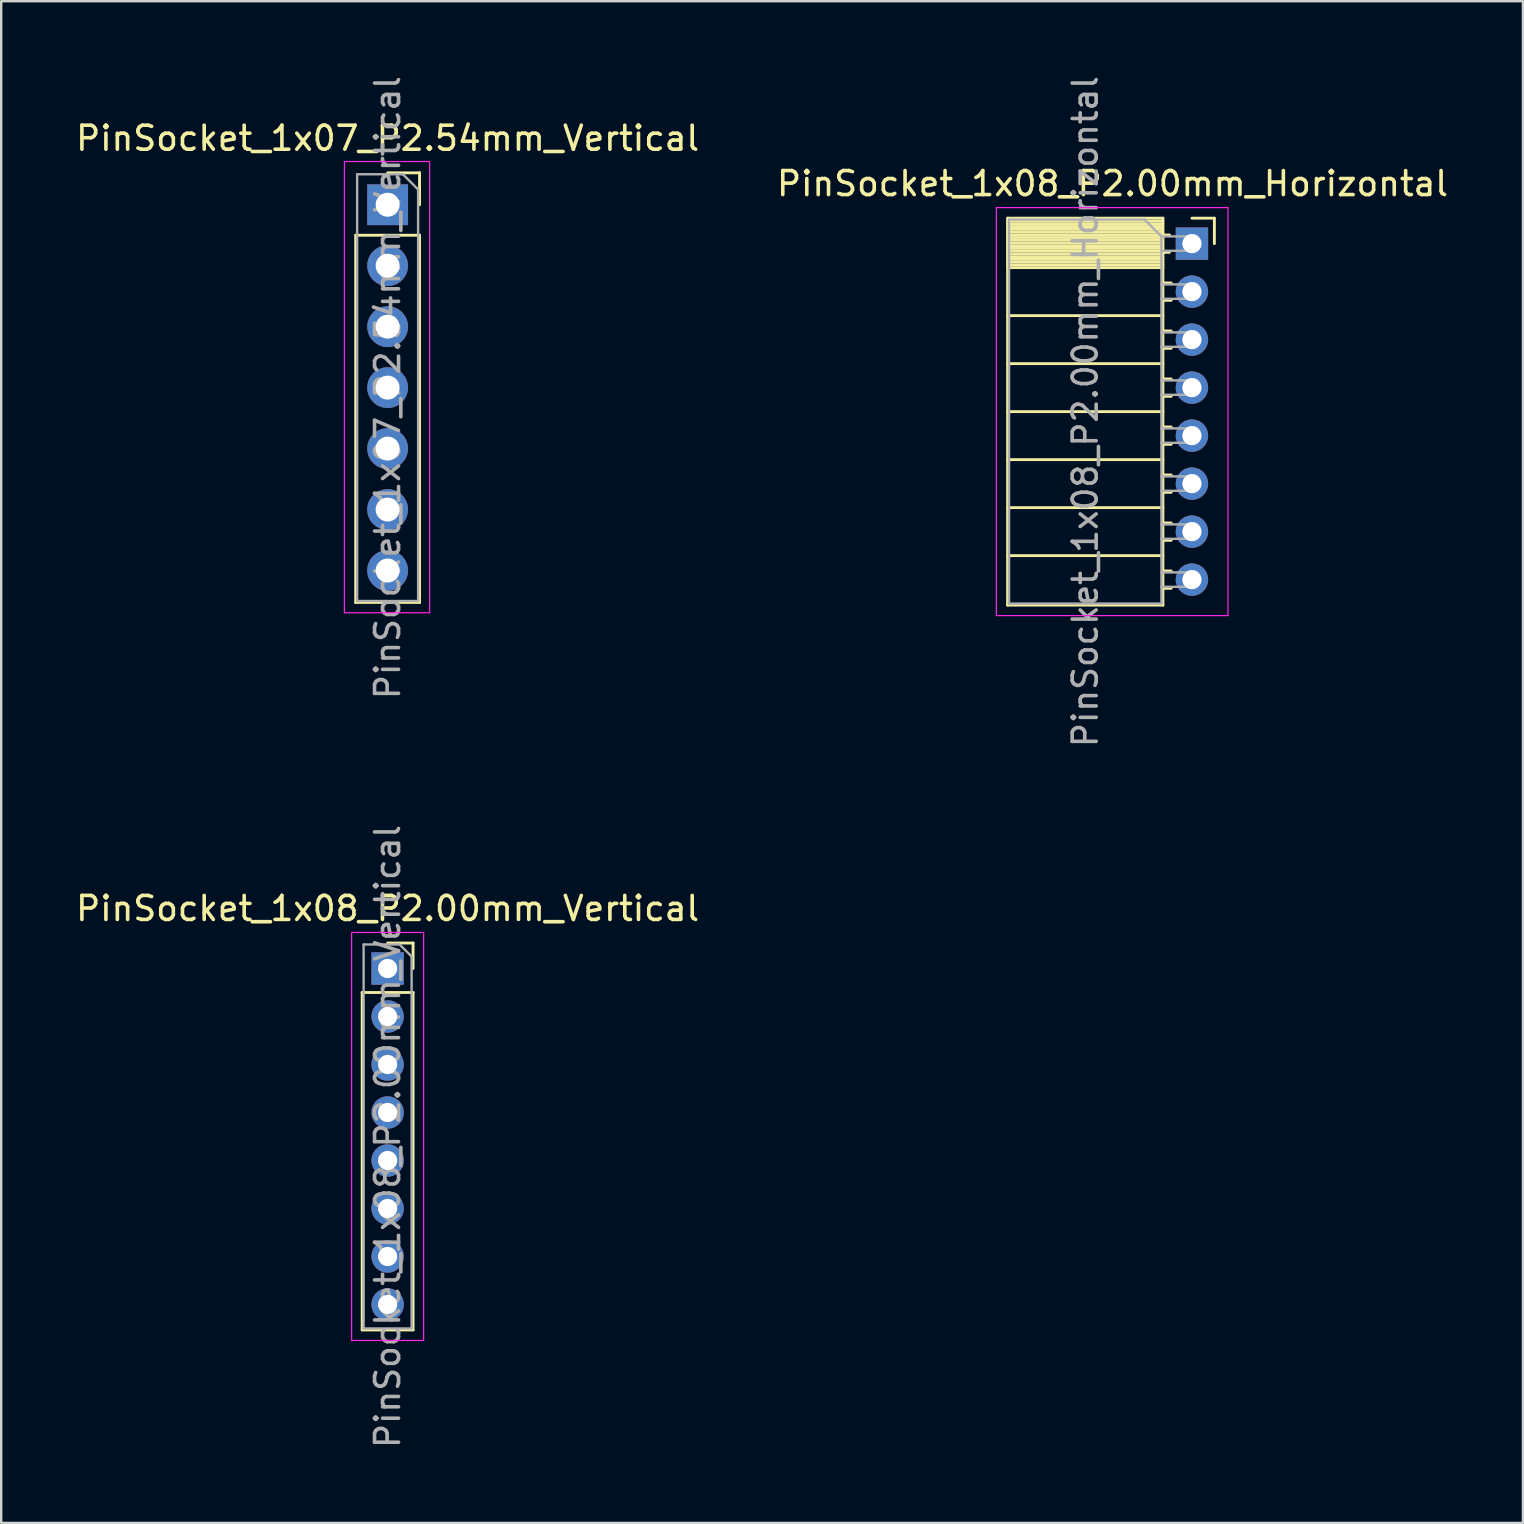
<source format=kicad_pcb>
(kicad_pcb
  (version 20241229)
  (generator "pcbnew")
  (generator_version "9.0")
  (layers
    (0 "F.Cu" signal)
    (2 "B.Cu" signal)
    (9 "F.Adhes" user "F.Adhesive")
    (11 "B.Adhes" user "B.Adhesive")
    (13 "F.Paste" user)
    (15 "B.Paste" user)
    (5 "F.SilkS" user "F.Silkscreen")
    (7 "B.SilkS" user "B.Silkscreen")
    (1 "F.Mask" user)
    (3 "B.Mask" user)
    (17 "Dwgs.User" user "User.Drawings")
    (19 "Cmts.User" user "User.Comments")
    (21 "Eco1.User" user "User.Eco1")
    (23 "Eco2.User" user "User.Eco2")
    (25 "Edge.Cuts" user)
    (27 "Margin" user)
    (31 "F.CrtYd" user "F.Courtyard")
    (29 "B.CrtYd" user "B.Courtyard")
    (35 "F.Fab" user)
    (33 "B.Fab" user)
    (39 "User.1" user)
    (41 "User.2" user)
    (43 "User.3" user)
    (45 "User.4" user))
  (footprint "PinSocket_1x07_P2.54mm_Vertical"
    (layer "F.Cu")
    (at 13.101 5.481)
    (property "Reference" "PinSocket_1x07_P2.54mm_Vertical" (at 0 -2.77 0) (layer "F.SilkS") (effects (font (size 1 1) (thickness 0.15))))
    (attr through_hole)
    (fp_line (start -1.33 1.27) (end -1.33 16.57) (stroke (width 0.12) (type solid)) (layer "F.SilkS"))
    (fp_line (start -1.33 1.27) (end 1.33 1.27) (stroke (width 0.12) (type solid)) (layer "F.SilkS"))
    (fp_line (start -1.33 16.57) (end 1.33 16.57) (stroke (width 0.12) (type solid)) (layer "F.SilkS"))
    (fp_line (start 0 -1.33) (end 1.33 -1.33) (stroke (width 0.12) (type solid)) (layer "F.SilkS"))
    (fp_line (start 1.33 -1.33) (end 1.33 0) (stroke (width 0.12) (type solid)) (layer "F.SilkS"))
    (fp_line (start 1.33 1.27) (end 1.33 16.57) (stroke (width 0.12) (type solid)) (layer "F.SilkS"))
    (fp_line (start -1.8 -1.8) (end 1.75 -1.8) (stroke (width 0.05) (type solid)) (layer "F.CrtYd"))
    (fp_line (start -1.8 17) (end -1.8 -1.8) (stroke (width 0.05) (type solid)) (layer "F.CrtYd"))
    (fp_line (start 1.75 -1.8) (end 1.75 17) (stroke (width 0.05) (type solid)) (layer "F.CrtYd"))
    (fp_line (start 1.75 17) (end -1.8 17) (stroke (width 0.05) (type solid)) (layer "F.CrtYd"))
    (fp_line (start -1.27 -1.27) (end 0.635 -1.27) (stroke (width 0.1) (type solid)) (layer "F.Fab"))
    (fp_line (start -1.27 16.51) (end -1.27 -1.27) (stroke (width 0.1) (type solid)) (layer "F.Fab"))
    (fp_line (start 0.635 -1.27) (end 1.27 -0.635) (stroke (width 0.1) (type solid)) (layer "F.Fab"))
    (fp_line (start 1.27 -0.635) (end 1.27 16.51) (stroke (width 0.1) (type solid)) (layer "F.Fab"))
    (fp_line (start 1.27 16.51) (end -1.27 16.51) (stroke (width 0.1) (type solid)) (layer "F.Fab"))
    (fp_text user "${REFERENCE}" (at 0 7.62 90) (layer "F.Fab") (effects (font (size 1 1) (thickness 0.15))))
    (pad "1" thru_hole rect (at 0 0) (size 1.7 1.7) (drill 1) (layers "*.Cu" "*.Mask"))
    (pad "2" thru_hole oval (at 0 2.54) (size 1.7 1.7) (drill 1) (layers "*.Cu" "*.Mask"))
    (pad "3" thru_hole oval (at 0 5.08) (size 1.7 1.7) (drill 1) (layers "*.Cu" "*.Mask"))
    (pad "4" thru_hole oval (at 0 7.62) (size 1.7 1.7) (drill 1) (layers "*.Cu" "*.Mask"))
    (pad "5" thru_hole oval (at 0 10.16) (size 1.7 1.7) (drill 1) (layers "*.Cu" "*.Mask"))
    (pad "6" thru_hole oval (at 0 12.7) (size 1.7 1.7) (drill 1) (layers "*.Cu" "*.Mask"))
    (pad "7" thru_hole oval (at 0 15.24) (size 1.7 1.7) (drill 1) (layers "*.Cu" "*.Mask")))
  (footprint "PinSocket_1x08_P2.00mm_Horizontal"
    (layer "F.Cu")
    (at 46.614 7.101)
    (property "Reference" "PinSocket_1x08_P2.00mm_Horizontal" (at -3.31 -2.5 0) (layer "F.SilkS") (effects (font (size 1 1) (thickness 0.15))))
    (attr through_hole)
    (fp_line (start -7.68 -1.06) (end -7.68 15.06) (stroke (width 0.12) (type solid)) (layer "F.SilkS"))
    (fp_line (start -7.68 -1.06) (end -1.21 -1.06) (stroke (width 0.12) (type solid)) (layer "F.SilkS"))
    (fp_line (start -7.68 -0.94) (end -1.21 -0.94) (stroke (width 0.12) (type solid)) (layer "F.SilkS"))
    (fp_line (start -7.68 -0.826) (end -1.21 -0.826) (stroke (width 0.12) (type solid)) (layer "F.SilkS"))
    (fp_line (start -7.68 -0.712) (end -1.21 -0.712) (stroke (width 0.12) (type solid)) (layer "F.SilkS"))
    (fp_line (start -7.68 -0.598) (end -1.21 -0.598) (stroke (width 0.12) (type solid)) (layer "F.SilkS"))
    (fp_line (start -7.68 -0.484) (end -1.21 -0.484) (stroke (width 0.12) (type solid)) (layer "F.SilkS"))
    (fp_line (start -7.68 -0.369) (end -1.21 -0.369) (stroke (width 0.12) (type solid)) (layer "F.SilkS"))
    (fp_line (start -7.68 -0.255) (end -1.21 -0.255) (stroke (width 0.12) (type solid)) (layer "F.SilkS"))
    (fp_line (start -7.68 -0.141) (end -1.21 -0.141) (stroke (width 0.12) (type solid)) (layer "F.SilkS"))
    (fp_line (start -7.68 -0.027) (end -1.21 -0.027) (stroke (width 0.12) (type solid)) (layer "F.SilkS"))
    (fp_line (start -7.68 0.087) (end -1.21 0.087) (stroke (width 0.12) (type solid)) (layer "F.SilkS"))
    (fp_line (start -7.68 0.201) (end -1.21 0.201) (stroke (width 0.12) (type solid)) (layer "F.SilkS"))
    (fp_line (start -7.68 0.315) (end -1.21 0.315) (stroke (width 0.12) (type solid)) (layer "F.SilkS"))
    (fp_line (start -7.68 0.429) (end -1.21 0.429) (stroke (width 0.12) (type solid)) (layer "F.SilkS"))
    (fp_line (start -7.68 0.544) (end -1.21 0.544) (stroke (width 0.12) (type solid)) (layer "F.SilkS"))
    (fp_line (start -7.68 0.658) (end -1.21 0.658) (stroke (width 0.12) (type solid)) (layer "F.SilkS"))
    (fp_line (start -7.68 0.772) (end -1.21 0.772) (stroke (width 0.12) (type solid)) (layer "F.SilkS"))
    (fp_line (start -7.68 0.886) (end -1.21 0.886) (stroke (width 0.12) (type solid)) (layer "F.SilkS"))
    (fp_line (start -7.68 1) (end -1.21 1) (stroke (width 0.12) (type solid)) (layer "F.SilkS"))
    (fp_line (start -7.68 3) (end -1.21 3) (stroke (width 0.12) (type solid)) (layer "F.SilkS"))
    (fp_line (start -7.68 5) (end -1.21 5) (stroke (width 0.12) (type solid)) (layer "F.SilkS"))
    (fp_line (start -7.68 7) (end -1.21 7) (stroke (width 0.12) (type solid)) (layer "F.SilkS"))
    (fp_line (start -7.68 9) (end -1.21 9) (stroke (width 0.12) (type solid)) (layer "F.SilkS"))
    (fp_line (start -7.68 11) (end -1.21 11) (stroke (width 0.12) (type solid)) (layer "F.SilkS"))
    (fp_line (start -7.68 13) (end -1.21 13) (stroke (width 0.12) (type solid)) (layer "F.SilkS"))
    (fp_line (start -7.68 15.06) (end -1.21 15.06) (stroke (width 0.12) (type solid)) (layer "F.SilkS"))
    (fp_line (start -1.21 -1.06) (end -1.21 15.06) (stroke (width 0.12) (type solid)) (layer "F.SilkS"))
    (fp_line (start -1.21 -0.36) (end -0.935 -0.36) (stroke (width 0.12) (type solid)) (layer "F.SilkS"))
    (fp_line (start -1.21 0.36) (end -0.935 0.36) (stroke (width 0.12) (type solid)) (layer "F.SilkS"))
    (fp_line (start -1.21 1.64) (end -0.863 1.64) (stroke (width 0.12) (type solid)) (layer "F.SilkS"))
    (fp_line (start -1.21 2.36) (end -0.863 2.36) (stroke (width 0.12) (type solid)) (layer "F.SilkS"))
    (fp_line (start -1.21 3.64) (end -0.863 3.64) (stroke (width 0.12) (type solid)) (layer "F.SilkS"))
    (fp_line (start -1.21 4.36) (end -0.863 4.36) (stroke (width 0.12) (type solid)) (layer "F.SilkS"))
    (fp_line (start -1.21 5.64) (end -0.863 5.64) (stroke (width 0.12) (type solid)) (layer "F.SilkS"))
    (fp_line (start -1.21 6.36) (end -0.863 6.36) (stroke (width 0.12) (type solid)) (layer "F.SilkS"))
    (fp_line (start -1.21 7.64) (end -0.863 7.64) (stroke (width 0.12) (type solid)) (layer "F.SilkS"))
    (fp_line (start -1.21 8.36) (end -0.863 8.36) (stroke (width 0.12) (type solid)) (layer "F.SilkS"))
    (fp_line (start -1.21 9.64) (end -0.863 9.64) (stroke (width 0.12) (type solid)) (layer "F.SilkS"))
    (fp_line (start -1.21 10.36) (end -0.863 10.36) (stroke (width 0.12) (type solid)) (layer "F.SilkS"))
    (fp_line (start -1.21 11.64) (end -0.863 11.64) (stroke (width 0.12) (type solid)) (layer "F.SilkS"))
    (fp_line (start -1.21 12.36) (end -0.863 12.36) (stroke (width 0.12) (type solid)) (layer "F.SilkS"))
    (fp_line (start -1.21 13.64) (end -0.863 13.64) (stroke (width 0.12) (type solid)) (layer "F.SilkS"))
    (fp_line (start -1.21 14.36) (end -0.863 14.36) (stroke (width 0.12) (type solid)) (layer "F.SilkS"))
    (fp_line (start 0 -1.06) (end 0.935 -1.06) (stroke (width 0.12) (type solid)) (layer "F.SilkS"))
    (fp_line (start 0.935 -1.06) (end 0.935 0) (stroke (width 0.12) (type solid)) (layer "F.SilkS"))
    (fp_line (start -8.15 -1.5) (end -8.15 15.5) (stroke (width 0.05) (type solid)) (layer "F.CrtYd"))
    (fp_line (start -8.15 15.5) (end 1.5 15.5) (stroke (width 0.05) (type solid)) (layer "F.CrtYd"))
    (fp_line (start 1.5 -1.5) (end -8.15 -1.5) (stroke (width 0.05) (type solid)) (layer "F.CrtYd"))
    (fp_line (start 1.5 15.5) (end 1.5 -1.5) (stroke (width 0.05) (type solid)) (layer "F.CrtYd"))
    (fp_line (start -7.62 -1) (end -1.97 -1) (stroke (width 0.1) (type solid)) (layer "F.Fab"))
    (fp_line (start -7.62 15) (end -7.62 -1) (stroke (width 0.1) (type solid)) (layer "F.Fab"))
    (fp_line (start -1.97 -1) (end -1.27 -0.3) (stroke (width 0.1) (type solid)) (layer "F.Fab"))
    (fp_line (start -1.27 -0.3) (end -1.27 15) (stroke (width 0.1) (type solid)) (layer "F.Fab"))
    (fp_line (start -1.27 0.3) (end 0 0.3) (stroke (width 0.1) (type solid)) (layer "F.Fab"))
    (fp_line (start -1.27 2.3) (end 0 2.3) (stroke (width 0.1) (type solid)) (layer "F.Fab"))
    (fp_line (start -1.27 4.3) (end 0 4.3) (stroke (width 0.1) (type solid)) (layer "F.Fab"))
    (fp_line (start -1.27 6.3) (end 0 6.3) (stroke (width 0.1) (type solid)) (layer "F.Fab"))
    (fp_line (start -1.27 8.3) (end 0 8.3) (stroke (width 0.1) (type solid)) (layer "F.Fab"))
    (fp_line (start -1.27 10.3) (end 0 10.3) (stroke (width 0.1) (type solid)) (layer "F.Fab"))
    (fp_line (start -1.27 12.3) (end 0 12.3) (stroke (width 0.1) (type solid)) (layer "F.Fab"))
    (fp_line (start -1.27 14.3) (end 0 14.3) (stroke (width 0.1) (type solid)) (layer "F.Fab"))
    (fp_line (start -1.27 15) (end -7.62 15) (stroke (width 0.1) (type solid)) (layer "F.Fab"))
    (fp_line (start 0 -0.3) (end -1.27 -0.3) (stroke (width 0.1) (type solid)) (layer "F.Fab"))
    (fp_line (start 0 0.3) (end 0 -0.3) (stroke (width 0.1) (type solid)) (layer "F.Fab"))
    (fp_line (start 0 1.7) (end -1.27 1.7) (stroke (width 0.1) (type solid)) (layer "F.Fab"))
    (fp_line (start 0 2.3) (end 0 1.7) (stroke (width 0.1) (type solid)) (layer "F.Fab"))
    (fp_line (start 0 3.7) (end -1.27 3.7) (stroke (width 0.1) (type solid)) (layer "F.Fab"))
    (fp_line (start 0 4.3) (end 0 3.7) (stroke (width 0.1) (type solid)) (layer "F.Fab"))
    (fp_line (start 0 5.7) (end -1.27 5.7) (stroke (width 0.1) (type solid)) (layer "F.Fab"))
    (fp_line (start 0 6.3) (end 0 5.7) (stroke (width 0.1) (type solid)) (layer "F.Fab"))
    (fp_line (start 0 7.7) (end -1.27 7.7) (stroke (width 0.1) (type solid)) (layer "F.Fab"))
    (fp_line (start 0 8.3) (end 0 7.7) (stroke (width 0.1) (type solid)) (layer "F.Fab"))
    (fp_line (start 0 9.7) (end -1.27 9.7) (stroke (width 0.1) (type solid)) (layer "F.Fab"))
    (fp_line (start 0 10.3) (end 0 9.7) (stroke (width 0.1) (type solid)) (layer "F.Fab"))
    (fp_line (start 0 11.7) (end -1.27 11.7) (stroke (width 0.1) (type solid)) (layer "F.Fab"))
    (fp_line (start 0 12.3) (end 0 11.7) (stroke (width 0.1) (type solid)) (layer "F.Fab"))
    (fp_line (start 0 13.7) (end -1.27 13.7) (stroke (width 0.1) (type solid)) (layer "F.Fab"))
    (fp_line (start 0 14.3) (end 0 13.7) (stroke (width 0.1) (type solid)) (layer "F.Fab"))
    (fp_text user "${REFERENCE}" (at -4.445 7 90) (layer "F.Fab") (effects (font (size 1 1) (thickness 0.15))))
    (pad "1" thru_hole rect (at 0 0) (size 1.35 1.35) (drill 0.8) (layers "*.Cu" "*.Mask"))
    (pad "2" thru_hole oval (at 0 2) (size 1.35 1.35) (drill 0.8) (layers "*.Cu" "*.Mask"))
    (pad "3" thru_hole oval (at 0 4) (size 1.35 1.35) (drill 0.8) (layers "*.Cu" "*.Mask"))
    (pad "4" thru_hole oval (at 0 6) (size 1.35 1.35) (drill 0.8) (layers "*.Cu" "*.Mask"))
    (pad "5" thru_hole oval (at 0 8) (size 1.35 1.35) (drill 0.8) (layers "*.Cu" "*.Mask"))
    (pad "6" thru_hole oval (at 0 10) (size 1.35 1.35) (drill 0.8) (layers "*.Cu" "*.Mask"))
    (pad "7" thru_hole oval (at 0 12) (size 1.35 1.35) (drill 0.8) (layers "*.Cu" "*.Mask"))
    (pad "8" thru_hole oval (at 0 14) (size 1.35 1.35) (drill 0.8) (layers "*.Cu" "*.Mask")))
  (footprint "PinSocket_1x08_P2.00mm_Vertical"
    (layer "F.Cu")
    (at 13.101 37.304)
    (property "Reference" "PinSocket_1x08_P2.00mm_Vertical" (at 0 -2.5 0) (layer "F.SilkS") (effects (font (size 1 1) (thickness 0.15))))
    (attr through_hole)
    (fp_line (start -1.06 1) (end -1.06 15.06) (stroke (width 0.12) (type solid)) (layer "F.SilkS"))
    (fp_line (start -1.06 1) (end 1.06 1) (stroke (width 0.12) (type solid)) (layer "F.SilkS"))
    (fp_line (start -1.06 15.06) (end 1.06 15.06) (stroke (width 0.12) (type solid)) (layer "F.SilkS"))
    (fp_line (start 0 -1.06) (end 1.06 -1.06) (stroke (width 0.12) (type solid)) (layer "F.SilkS"))
    (fp_line (start 1.06 -1.06) (end 1.06 0) (stroke (width 0.12) (type solid)) (layer "F.SilkS"))
    (fp_line (start 1.06 1) (end 1.06 15.06) (stroke (width 0.12) (type solid)) (layer "F.SilkS"))
    (fp_line (start -1.5 -1.5) (end 1.5 -1.5) (stroke (width 0.05) (type solid)) (layer "F.CrtYd"))
    (fp_line (start -1.5 15.5) (end -1.5 -1.5) (stroke (width 0.05) (type solid)) (layer "F.CrtYd"))
    (fp_line (start 1.5 -1.5) (end 1.5 15.5) (stroke (width 0.05) (type solid)) (layer "F.CrtYd"))
    (fp_line (start 1.5 15.5) (end -1.5 15.5) (stroke (width 0.05) (type solid)) (layer "F.CrtYd"))
    (fp_line (start -1 -1) (end 0.5 -1) (stroke (width 0.1) (type solid)) (layer "F.Fab"))
    (fp_line (start -1 15) (end -1 -1) (stroke (width 0.1) (type solid)) (layer "F.Fab"))
    (fp_line (start 0.5 -1) (end 1 -0.5) (stroke (width 0.1) (type solid)) (layer "F.Fab"))
    (fp_line (start 1 -0.5) (end 1 15) (stroke (width 0.1) (type solid)) (layer "F.Fab"))
    (fp_line (start 1 15) (end -1 15) (stroke (width 0.1) (type solid)) (layer "F.Fab"))
    (fp_text user "${REFERENCE}" (at 0 7 90) (layer "F.Fab") (effects (font (size 1 1) (thickness 0.15))))
    (pad "1" thru_hole rect (at 0 0) (size 1.35 1.35) (drill 0.8) (layers "*.Cu" "*.Mask"))
    (pad "2" thru_hole oval (at 0 2) (size 1.35 1.35) (drill 0.8) (layers "*.Cu" "*.Mask"))
    (pad "3" thru_hole oval (at 0 4) (size 1.35 1.35) (drill 0.8) (layers "*.Cu" "*.Mask"))
    (pad "4" thru_hole oval (at 0 6) (size 1.35 1.35) (drill 0.8) (layers "*.Cu" "*.Mask"))
    (pad "5" thru_hole oval (at 0 8) (size 1.35 1.35) (drill 0.8) (layers "*.Cu" "*.Mask"))
    (pad "6" thru_hole oval (at 0 10) (size 1.35 1.35) (drill 0.8) (layers "*.Cu" "*.Mask"))
    (pad "7" thru_hole oval (at 0 12) (size 1.35 1.35) (drill 0.8) (layers "*.Cu" "*.Mask"))
    (pad "8" thru_hole oval (at 0 14) (size 1.35 1.35) (drill 0.8) (layers "*.Cu" "*.Mask")))
  (gr_rect
    (start -3 -3)
    (end 60.405 60.405)
    (stroke (width 0.1) (type default))
    (fill no)
    (layer "Edge.Cuts")))
</source>
